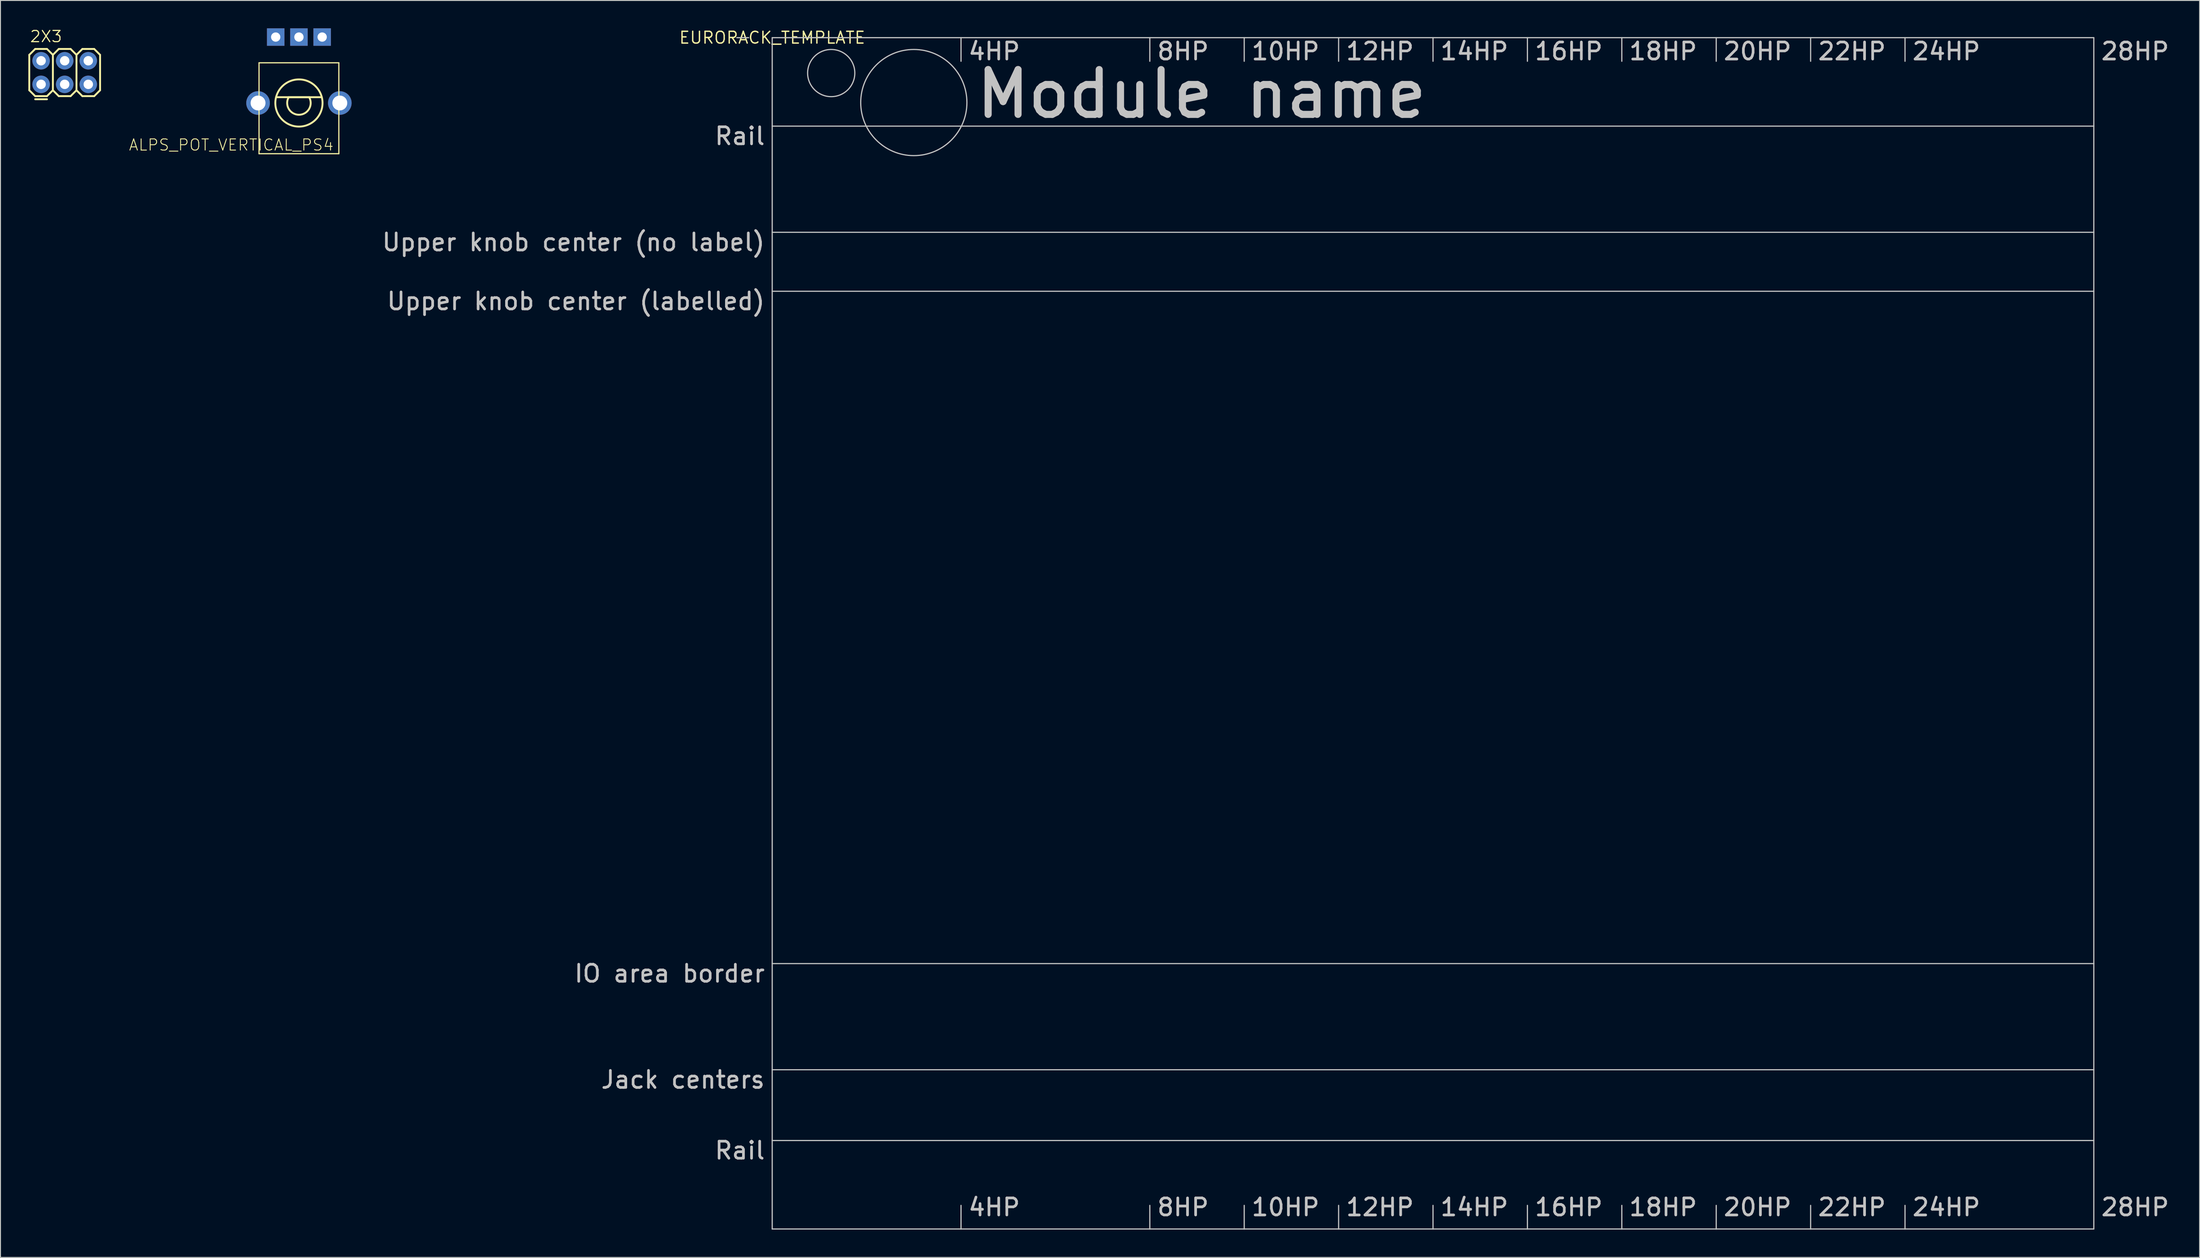
<source format=kicad_pcb>
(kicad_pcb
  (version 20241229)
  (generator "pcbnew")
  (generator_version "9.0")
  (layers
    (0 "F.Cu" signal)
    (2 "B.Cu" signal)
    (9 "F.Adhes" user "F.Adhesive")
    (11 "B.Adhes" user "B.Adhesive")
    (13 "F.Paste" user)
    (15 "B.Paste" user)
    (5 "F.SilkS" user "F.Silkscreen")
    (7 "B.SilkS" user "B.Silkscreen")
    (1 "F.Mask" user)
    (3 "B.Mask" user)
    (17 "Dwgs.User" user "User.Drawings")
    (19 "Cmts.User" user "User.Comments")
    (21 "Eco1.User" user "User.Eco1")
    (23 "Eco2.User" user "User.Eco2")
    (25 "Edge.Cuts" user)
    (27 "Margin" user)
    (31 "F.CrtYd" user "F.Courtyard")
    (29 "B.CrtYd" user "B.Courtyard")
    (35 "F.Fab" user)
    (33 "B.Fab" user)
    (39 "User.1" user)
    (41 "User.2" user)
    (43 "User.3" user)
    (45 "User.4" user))
  (footprint "EURORACK_TEMPLATE"
    (layer "F.Cu")
    (at 80.061 1.006)
    (property "Reference" "EURORACK_TEMPLATE" (at 0 0 0) (layer "F.SilkS") (effects (font (size 1.27 1.27) (thickness 0.15))))
    (attr through_hole)
    (fp_line (start -2.54 0) (end -3.81 0) (stroke (width 0.127) (type solid)) (layer "Dwgs.User"))
    (fp_line (start 0 0) (end 0 9.525) (stroke (width 0.127) (type solid)) (layer "Dwgs.User"))
    (fp_line (start 0 0) (end 20.32 0) (stroke (width 0.127) (type solid)) (layer "Dwgs.User"))
    (fp_line (start 0 9.525) (end 0 20.955) (stroke (width 0.127) (type solid)) (layer "Dwgs.User"))
    (fp_line (start 0 20.955) (end 0 27.305) (stroke (width 0.127) (type solid)) (layer "Dwgs.User"))
    (fp_line (start 0 20.955) (end 142.24 20.955) (stroke (width 0.127) (type solid)) (layer "Dwgs.User"))
    (fp_line (start 0 27.305) (end 0 99.695) (stroke (width 0.127) (type solid)) (layer "Dwgs.User"))
    (fp_line (start 0 27.305) (end 142.24 27.305) (stroke (width 0.127) (type solid)) (layer "Dwgs.User"))
    (fp_line (start 0 99.695) (end 0 111.125) (stroke (width 0.127) (type solid)) (layer "Dwgs.User"))
    (fp_line (start 0 99.695) (end 142.24 99.695) (stroke (width 0.127) (type solid)) (layer "Dwgs.User"))
    (fp_line (start 0 111.125) (end 0 118.745) (stroke (width 0.127) (type solid)) (layer "Dwgs.User"))
    (fp_line (start 0 111.125) (end 142.24 111.125) (stroke (width 0.127) (type solid)) (layer "Dwgs.User"))
    (fp_line (start 0 118.745) (end 0 128.27) (stroke (width 0.127) (type solid)) (layer "Dwgs.User"))
    (fp_line (start 0 118.745) (end 142.24 118.745) (stroke (width 0.127) (type solid)) (layer "Dwgs.User"))
    (fp_line (start 0 128.27) (end 20.32 128.27) (stroke (width 0.127) (type solid)) (layer "Dwgs.User"))
    (fp_line (start 20.32 0) (end 20.32 2.54) (stroke (width 0.127) (type solid)) (layer "Dwgs.User"))
    (fp_line (start 20.32 0) (end 40.64 0) (stroke (width 0.127) (type solid)) (layer "Dwgs.User"))
    (fp_line (start 20.32 128.27) (end 20.32 125.73) (stroke (width 0.127) (type solid)) (layer "Dwgs.User"))
    (fp_line (start 20.32 128.27) (end 40.64 128.27) (stroke (width 0.127) (type solid)) (layer "Dwgs.User"))
    (fp_line (start 40.64 0) (end 40.64 2.54) (stroke (width 0.127) (type solid)) (layer "Dwgs.User"))
    (fp_line (start 40.64 0) (end 50.8 0) (stroke (width 0.127) (type solid)) (layer "Dwgs.User"))
    (fp_line (start 40.64 128.27) (end 40.64 125.73) (stroke (width 0.127) (type solid)) (layer "Dwgs.User"))
    (fp_line (start 40.64 128.27) (end 50.8 128.27) (stroke (width 0.127) (type solid)) (layer "Dwgs.User"))
    (fp_line (start 50.8 0) (end 50.8 2.54) (stroke (width 0.127) (type solid)) (layer "Dwgs.User"))
    (fp_line (start 50.8 0) (end 60.96 0) (stroke (width 0.127) (type solid)) (layer "Dwgs.User"))
    (fp_line (start 50.8 128.27) (end 50.8 125.73) (stroke (width 0.127) (type solid)) (layer "Dwgs.User"))
    (fp_line (start 50.8 128.27) (end 60.96 128.27) (stroke (width 0.127) (type solid)) (layer "Dwgs.User"))
    (fp_line (start 60.96 0) (end 60.96 2.54) (stroke (width 0.127) (type solid)) (layer "Dwgs.User"))
    (fp_line (start 60.96 0) (end 71.12 0) (stroke (width 0.127) (type solid)) (layer "Dwgs.User"))
    (fp_line (start 60.96 128.27) (end 60.96 125.73) (stroke (width 0.127) (type solid)) (layer "Dwgs.User"))
    (fp_line (start 60.96 128.27) (end 71.12 128.27) (stroke (width 0.127) (type solid)) (layer "Dwgs.User"))
    (fp_line (start 71.12 0) (end 71.12 2.54) (stroke (width 0.127) (type solid)) (layer "Dwgs.User"))
    (fp_line (start 71.12 0) (end 81.28 0) (stroke (width 0.127) (type solid)) (layer "Dwgs.User"))
    (fp_line (start 71.12 128.27) (end 71.12 125.73) (stroke (width 0.127) (type solid)) (layer "Dwgs.User"))
    (fp_line (start 71.12 128.27) (end 81.28 128.27) (stroke (width 0.127) (type solid)) (layer "Dwgs.User"))
    (fp_line (start 81.28 0) (end 81.28 2.54) (stroke (width 0.127) (type solid)) (layer "Dwgs.User"))
    (fp_line (start 81.28 0) (end 91.44 0) (stroke (width 0.127) (type solid)) (layer "Dwgs.User"))
    (fp_line (start 81.28 128.27) (end 81.28 125.73) (stroke (width 0.127) (type solid)) (layer "Dwgs.User"))
    (fp_line (start 81.28 128.27) (end 91.44 128.27) (stroke (width 0.127) (type solid)) (layer "Dwgs.User"))
    (fp_line (start 91.44 0) (end 91.44 2.54) (stroke (width 0.127) (type solid)) (layer "Dwgs.User"))
    (fp_line (start 91.44 0) (end 101.6 0) (stroke (width 0.127) (type solid)) (layer "Dwgs.User"))
    (fp_line (start 91.44 128.27) (end 91.44 125.73) (stroke (width 0.127) (type solid)) (layer "Dwgs.User"))
    (fp_line (start 91.44 128.27) (end 101.6 128.27) (stroke (width 0.127) (type solid)) (layer "Dwgs.User"))
    (fp_line (start 101.6 0) (end 101.6 2.54) (stroke (width 0.127) (type solid)) (layer "Dwgs.User"))
    (fp_line (start 101.6 0) (end 111.76 0) (stroke (width 0.127) (type solid)) (layer "Dwgs.User"))
    (fp_line (start 101.6 128.27) (end 101.6 125.73) (stroke (width 0.127) (type solid)) (layer "Dwgs.User"))
    (fp_line (start 101.6 128.27) (end 111.76 128.27) (stroke (width 0.127) (type solid)) (layer "Dwgs.User"))
    (fp_line (start 111.76 0) (end 111.76 2.54) (stroke (width 0.127) (type solid)) (layer "Dwgs.User"))
    (fp_line (start 111.76 0) (end 142.24 0) (stroke (width 0.127) (type solid)) (layer "Dwgs.User"))
    (fp_line (start 111.76 128.27) (end 111.76 125.73) (stroke (width 0.127) (type solid)) (layer "Dwgs.User"))
    (fp_line (start 111.76 128.27) (end 121.92 128.27) (stroke (width 0.127) (type solid)) (layer "Dwgs.User"))
    (fp_line (start 121.92 0) (end 121.92 2.54) (stroke (width 0.127) (type solid)) (layer "Dwgs.User"))
    (fp_line (start 121.92 128.27) (end 121.92 125.73) (stroke (width 0.127) (type solid)) (layer "Dwgs.User"))
    (fp_line (start 121.92 128.27) (end 142.24 128.27) (stroke (width 0.127) (type solid)) (layer "Dwgs.User"))
    (fp_line (start 142.24 9.525) (end 0 9.525) (stroke (width 0.127) (type solid)) (layer "Dwgs.User"))
    (fp_line (start 142.24 9.525) (end 142.24 0) (stroke (width 0.127) (type solid)) (layer "Dwgs.User"))
    (fp_line (start 142.24 20.955) (end 142.24 9.525) (stroke (width 0.127) (type solid)) (layer "Dwgs.User"))
    (fp_line (start 142.24 27.305) (end 142.24 20.955) (stroke (width 0.127) (type solid)) (layer "Dwgs.User"))
    (fp_line (start 142.24 99.695) (end 142.24 27.305) (stroke (width 0.127) (type solid)) (layer "Dwgs.User"))
    (fp_line (start 142.24 111.125) (end 142.24 99.695) (stroke (width 0.127) (type solid)) (layer "Dwgs.User"))
    (fp_line (start 142.24 118.745) (end 142.24 111.125) (stroke (width 0.127) (type solid)) (layer "Dwgs.User"))
    (fp_line (start 142.24 128.27) (end 142.24 118.745) (stroke (width 0.127) (type solid)) (layer "Dwgs.User"))
    (fp_circle (center 6.35 3.81) (end 8.89 3.81) (stroke (width 0.127) (type solid)) (fill no) (layer "Dwgs.User"))
    (fp_circle (center 15.24 6.985) (end 20.955 6.985) (stroke (width 0.127) (type solid)) (fill no) (layer "Dwgs.User"))
    (fp_text user "22HP" (at 112.395 127 0) (layer "Dwgs.User") (effects (font (size 1.834 1.834) (thickness 0.29)) (justify left bottom)))
    (fp_text user "10HP" (at 51.435 127 0) (layer "Dwgs.User") (effects (font (size 1.834 1.834) (thickness 0.29)) (justify left bottom)))
    (fp_text user "22HP" (at 112.395 2.54 0) (layer "Dwgs.User") (effects (font (size 1.834 1.834) (thickness 0.29)) (justify left bottom)))
    (fp_text user "18HP" (at 92.075 127 0) (layer "Dwgs.User") (effects (font (size 1.834 1.834) (thickness 0.29)) (justify left bottom)))
    (fp_text user "20HP" (at 102.235 2.54 0) (layer "Dwgs.User") (effects (font (size 1.834 1.834) (thickness 0.29)) (justify left bottom)))
    (fp_text user "28HP" (at 142.875 2.54 0) (layer "Dwgs.User") (effects (font (size 1.834 1.834) (thickness 0.29)) (justify left bottom)))
    (fp_text user "20HP" (at 102.235 127 0) (layer "Dwgs.User") (effects (font (size 1.834 1.834) (thickness 0.29)) (justify left bottom)))
    (fp_text user "8HP" (at 41.275 2.54 0) (layer "Dwgs.User") (effects (font (size 1.834 1.834) (thickness 0.29)) (justify left bottom)))
    (fp_text user "8HP" (at 41.275 127 0) (layer "Dwgs.User") (effects (font (size 1.834 1.834) (thickness 0.29)) (justify left bottom)))
    (fp_text user "Module name" (at 21.59 8.89 0) (layer "Dwgs.User") (effects (font (size 4.826 4.826) (thickness 0.762)) (justify left bottom)))
    (fp_text user "16HP" (at 81.915 2.54 0) (layer "Dwgs.User") (effects (font (size 1.834 1.834) (thickness 0.29)) (justify left bottom)))
    (fp_text user "14HP" (at 71.755 2.54 0) (layer "Dwgs.User") (effects (font (size 1.834 1.834) (thickness 0.29)) (justify left bottom)))
    (fp_text user "28HP" (at 142.875 127 0) (layer "Dwgs.User") (effects (font (size 1.834 1.834) (thickness 0.29)) (justify left bottom)))
    (fp_text user "IO area border" (at -0.635 99.695 0) (layer "Dwgs.User") (effects (font (size 1.834 1.834) (thickness 0.29)) (justify right top)))
    (fp_text user "Rail" (at -0.635 118.745 0) (layer "Dwgs.User") (effects (font (size 1.834 1.834) (thickness 0.29)) (justify right top)))
    (fp_text user "24HP" (at 122.555 127 0) (layer "Dwgs.User") (effects (font (size 1.834 1.834) (thickness 0.29)) (justify left bottom)))
    (fp_text user "18HP" (at 92.075 2.54 0) (layer "Dwgs.User") (effects (font (size 1.834 1.834) (thickness 0.29)) (justify left bottom)))
    (fp_text user "12HP" (at 61.595 2.54 0) (layer "Dwgs.User") (effects (font (size 1.834 1.834) (thickness 0.29)) (justify left bottom)))
    (fp_text user "24HP" (at 122.555 2.54 0) (layer "Dwgs.User") (effects (font (size 1.834 1.834) (thickness 0.29)) (justify left bottom)))
    (fp_text user "14HP" (at 71.755 127 0) (layer "Dwgs.User") (effects (font (size 1.834 1.834) (thickness 0.29)) (justify left bottom)))
    (fp_text user "Upper knob center (no label)" (at -0.635 20.955 0) (layer "Dwgs.User") (effects (font (size 1.834 1.834) (thickness 0.29)) (justify right top)))
    (fp_text user "16HP" (at 81.915 127 0) (layer "Dwgs.User") (effects (font (size 1.834 1.834) (thickness 0.29)) (justify left bottom)))
    (fp_text user "10HP" (at 51.435 2.54 0) (layer "Dwgs.User") (effects (font (size 1.834 1.834) (thickness 0.29)) (justify left bottom)))
    (fp_text user "4HP" (at 20.955 2.54 0) (layer "Dwgs.User") (effects (font (size 1.834 1.834) (thickness 0.29)) (justify left bottom)))
    (fp_text user "4HP" (at 20.955 127 0) (layer "Dwgs.User") (effects (font (size 1.834 1.834) (thickness 0.29)) (justify left bottom)))
    (fp_text user "Rail" (at -0.635 9.525 0) (layer "Dwgs.User") (effects (font (size 1.834 1.834) (thickness 0.29)) (justify right top)))
    (fp_text user "12HP" (at 61.595 127 0) (layer "Dwgs.User") (effects (font (size 1.834 1.834) (thickness 0.29)) (justify left bottom)))
    (fp_text user "Upper knob center (labelled)" (at -0.635 27.305 0) (layer "Dwgs.User") (effects (font (size 1.834 1.834) (thickness 0.29)) (justify right top)))
    (fp_text user "Jack centers" (at -0.635 111.125 0) (layer "Dwgs.User") (effects (font (size 1.834 1.834) (thickness 0.29)) (justify right top))))
  (footprint "2X3"
    (layer "F.Cu")
    (at 1.372 6.032)
    (property "Reference" "2X3" (at -1.27 -4.445 0) (layer "F.SilkS") (effects (font (size 1.206 1.206) (thickness 0.127)) (justify left bottom)))
    (attr through_hole)
    (fp_line (start -1.27 -3.175) (end -0.635 -3.81) (stroke (width 0.203) (type solid)) (layer "F.SilkS"))
    (fp_line (start -1.27 0.635) (end -1.27 -3.175) (stroke (width 0.203) (type solid)) (layer "F.SilkS"))
    (fp_line (start -1.27 0.635) (end -0.635 1.27) (stroke (width 0.203) (type solid)) (layer "F.SilkS"))
    (fp_line (start -0.635 -3.81) (end 0.635 -3.81) (stroke (width 0.203) (type solid)) (layer "F.SilkS"))
    (fp_line (start -0.635 1.27) (end 0.635 1.27) (stroke (width 0.203) (type solid)) (layer "F.SilkS"))
    (fp_line (start 0.635 -3.81) (end 1.27 -3.175) (stroke (width 0.203) (type solid)) (layer "F.SilkS"))
    (fp_line (start 0.635 1.27) (end 1.27 0.635) (stroke (width 0.203) (type solid)) (layer "F.SilkS"))
    (fp_line (start 0.635 1.605) (end -0.635 1.605) (stroke (width 0.203) (type solid)) (layer "F.SilkS"))
    (fp_line (start 1.27 -3.175) (end 1.27 0.635) (stroke (width 0.203) (type solid)) (layer "F.SilkS"))
    (fp_line (start 1.27 -3.175) (end 1.905 -3.81) (stroke (width 0.203) (type solid)) (layer "F.SilkS"))
    (fp_line (start 1.27 0.635) (end 1.905 1.27) (stroke (width 0.203) (type solid)) (layer "F.SilkS"))
    (fp_line (start 1.905 -3.81) (end 3.175 -3.81) (stroke (width 0.203) (type solid)) (layer "F.SilkS"))
    (fp_line (start 1.905 1.27) (end 3.175 1.27) (stroke (width 0.203) (type solid)) (layer "F.SilkS"))
    (fp_line (start 3.175 -3.81) (end 3.81 -3.175) (stroke (width 0.203) (type solid)) (layer "F.SilkS"))
    (fp_line (start 3.175 1.27) (end 3.81 0.635) (stroke (width 0.203) (type solid)) (layer "F.SilkS"))
    (fp_line (start 3.81 -3.175) (end 3.81 0.635) (stroke (width 0.203) (type solid)) (layer "F.SilkS"))
    (fp_line (start 3.81 -3.175) (end 4.445 -3.81) (stroke (width 0.203) (type solid)) (layer "F.SilkS"))
    (fp_line (start 3.81 0.635) (end 4.445 1.27) (stroke (width 0.203) (type solid)) (layer "F.SilkS"))
    (fp_line (start 4.445 -3.81) (end 5.715 -3.81) (stroke (width 0.203) (type solid)) (layer "F.SilkS"))
    (fp_line (start 4.445 1.27) (end 5.715 1.27) (stroke (width 0.203) (type solid)) (layer "F.SilkS"))
    (fp_line (start 5.715 -3.81) (end 6.35 -3.175) (stroke (width 0.203) (type solid)) (layer "F.SilkS"))
    (fp_line (start 5.715 1.27) (end 6.35 0.635) (stroke (width 0.203) (type solid)) (layer "F.SilkS"))
    (fp_line (start 6.35 -3.175) (end 6.35 0.635) (stroke (width 0.203) (type solid)) (layer "F.SilkS"))
    (fp_poly (pts (xy -0.254 -2.286) (xy 0.254 -2.286) (xy 0.254 -2.794) (xy -0.254 -2.794)) (stroke (width 0.1) (type solid)) (fill no) (layer "F.Fab"))
    (fp_poly (pts (xy -0.254 0.254) (xy 0.254 0.254) (xy 0.254 -0.254) (xy -0.254 -0.254)) (stroke (width 0.1) (type solid)) (fill no) (layer "F.Fab"))
    (fp_poly (pts (xy 2.286 -2.286) (xy 2.794 -2.286) (xy 2.794 -2.794) (xy 2.286 -2.794)) (stroke (width 0.1) (type solid)) (fill no) (layer "F.Fab"))
    (fp_poly (pts (xy 2.286 0.254) (xy 2.794 0.254) (xy 2.794 -0.254) (xy 2.286 -0.254)) (stroke (width 0.1) (type solid)) (fill no) (layer "F.Fab"))
    (fp_poly (pts (xy 4.826 -2.286) (xy 5.334 -2.286) (xy 5.334 -2.794) (xy 4.826 -2.794)) (stroke (width 0.1) (type solid)) (fill no) (layer "F.Fab"))
    (fp_poly (pts (xy 4.826 0.254) (xy 5.334 0.254) (xy 5.334 -0.254) (xy 4.826 -0.254)) (stroke (width 0.1) (type solid)) (fill no) (layer "F.Fab"))
    (pad "1" thru_hole circle (at 0 0) (size 1.88 1.88) (drill 1.016) (layers "*.Cu" "*.Mask"))
    (pad "2" thru_hole circle (at 0 -2.54) (size 1.88 1.88) (drill 1.016) (layers "*.Cu" "*.Mask"))
    (pad "3" thru_hole circle (at 2.54 0) (size 1.88 1.88) (drill 1.016) (layers "*.Cu" "*.Mask"))
    (pad "4" thru_hole circle (at 2.54 -2.54) (size 1.88 1.88) (drill 1.016) (layers "*.Cu" "*.Mask"))
    (pad "5" thru_hole circle (at 5.08 0) (size 1.88 1.88) (drill 1.016) (layers "*.Cu" "*.Mask"))
    (pad "6" thru_hole circle (at 5.08 -2.54) (size 1.88 1.88) (drill 1.016) (layers "*.Cu" "*.Mask")))
  (footprint "ALPS_POT_VERTICAL_PS4"
    (layer "F.Cu")
    (at 29.123 8.04)
    (property "Reference" "ALPS_POT_VERTICAL_PS4" (at 3.81 3.81 180) (layer "F.SilkS") (effects (font (size 1.206 1.206) (thickness 0.097)) (justify right top)))
    (attr through_hole)
    (fp_line (start -4.295 -4.33) (end 4.295 -4.33) (stroke (width 0.127) (type solid)) (layer "F.SilkS"))
    (fp_line (start -4.295 5.46) (end -4.295 -4.33) (stroke (width 0.127) (type solid)) (layer "F.SilkS"))
    (fp_line (start -2.45 -0.625) (end 2.425 -0.625) (stroke (width 0.203) (type solid)) (layer "F.SilkS"))
    (fp_line (start -1.1 -0.625) (end 1.1 -0.625) (stroke (width 0.203) (type solid)) (layer "F.SilkS"))
    (fp_line (start 4.295 -4.33) (end 4.295 5.46) (stroke (width 0.127) (type solid)) (layer "F.SilkS"))
    (fp_line (start 4.295 5.46) (end -4.295 5.46) (stroke (width 0.127) (type solid)) (layer "F.SilkS"))
    (fp_arc (start 1.1 -0.625) (mid 0 1.265158) (end -1.1 -0.625) (stroke (width 0.2032) (type solid)) (layer "F.SilkS"))
    (fp_circle (center 0 0) (end 2.54 0) (stroke (width 0.203) (type solid)) (fill no) (layer "F.SilkS"))
    (pad "P$1" thru_hole rect (at -2.5 -7.1 270) (size 1.88 1.88) (drill 1) (layers "*.Cu" "*.Mask"))
    (pad "P$2" thru_hole rect (at 0 -7.1 270) (size 1.88 1.88) (drill 1) (layers "*.Cu" "*.Mask"))
    (pad "P$3" thru_hole rect (at 2.5 -7.1 270) (size 1.88 1.88) (drill 1) (layers "*.Cu" "*.Mask"))
    (pad "P$4" thru_hole circle (at -4.4 0 270) (size 2.54 2.54) (drill 1.6) (layers "*.Cu" "*.Mask"))
    (pad "P$5" thru_hole circle (at 4.4 0 270) (size 2.54 2.54) (drill 1.6) (layers "*.Cu" "*.Mask")))
  (gr_rect
    (start -3 -3)
    (end 233.686 132.34)
    (stroke (width 0.1) (type default))
    (fill no)
    (layer "Edge.Cuts")))
</source>
